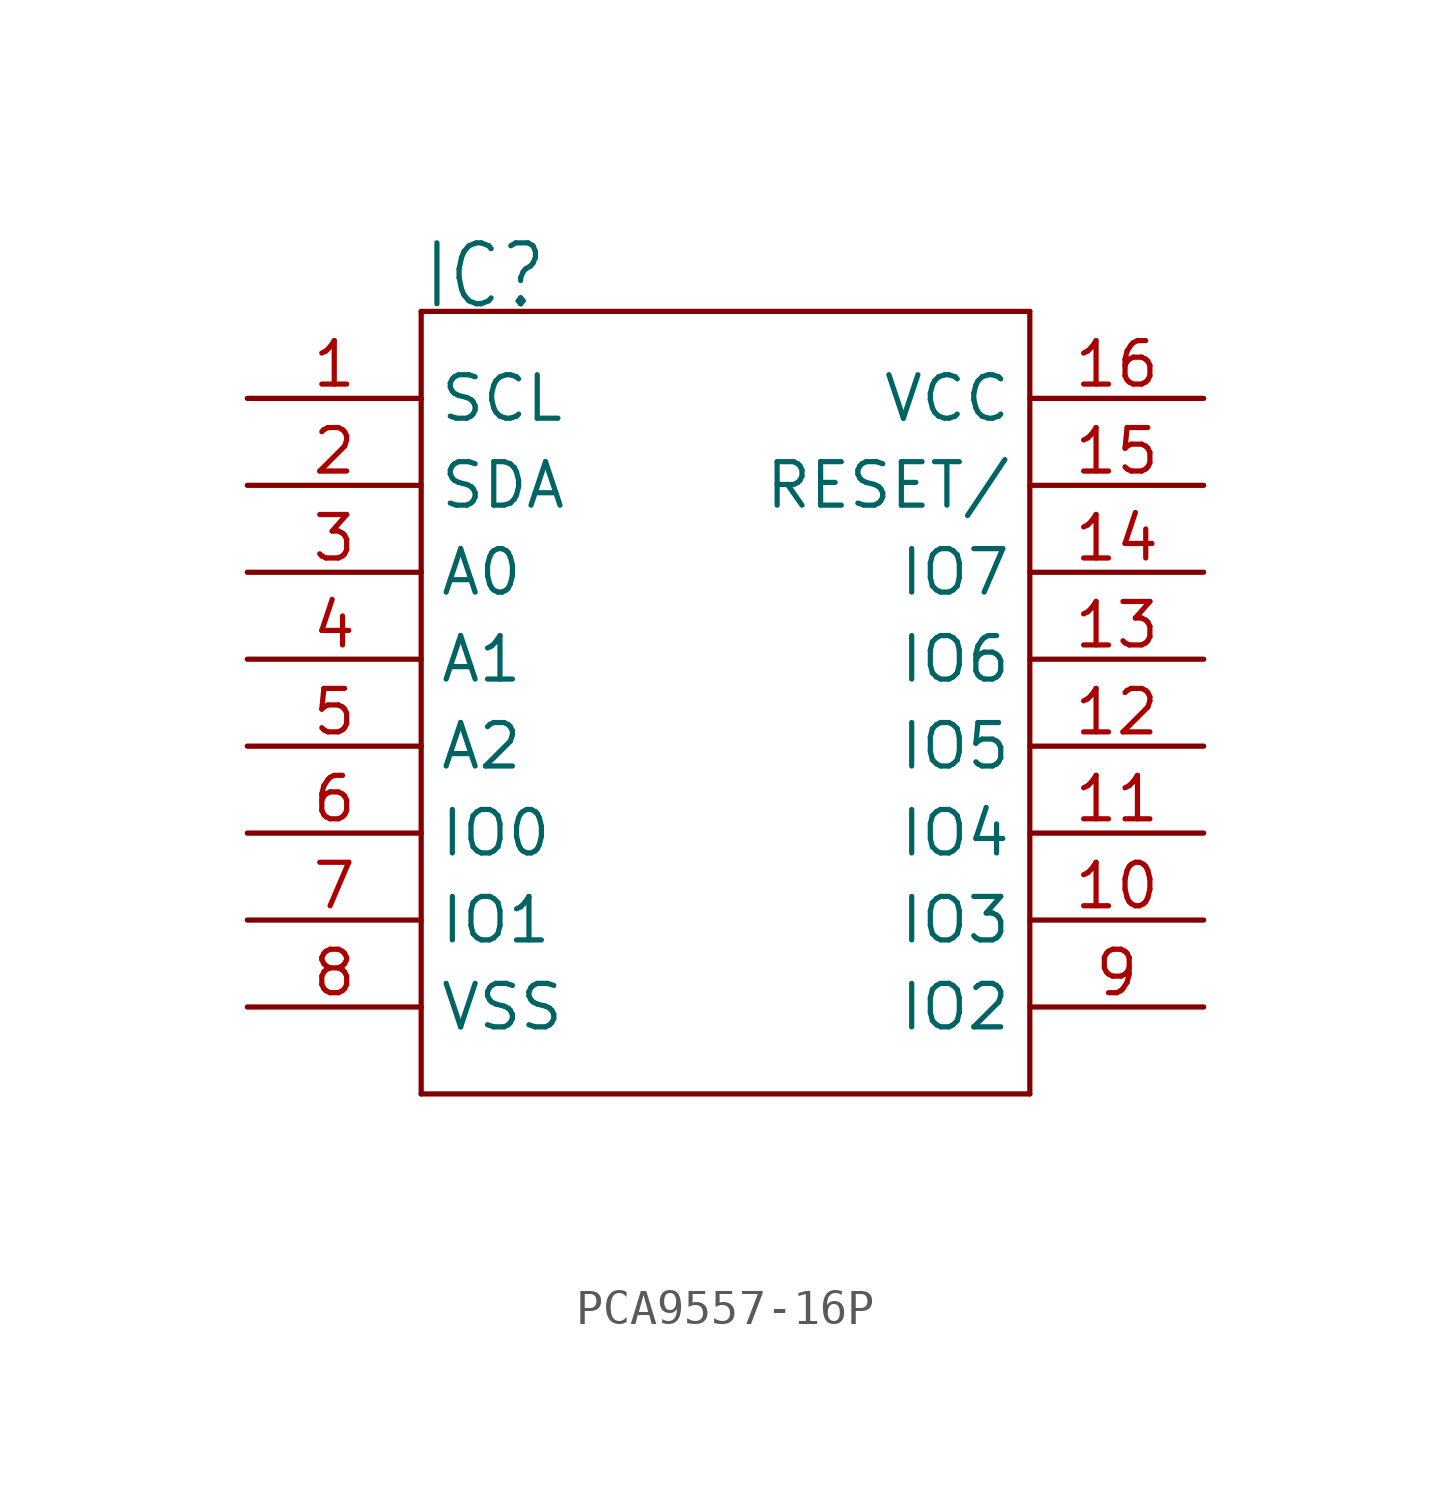
<source format=kicad_sym>
(kicad_symbol_lib
  (version 20231120)
  (generator "kicad_symbol_editor")
  (generator_version "8.0")
  (symbol "PCA9557-16P"
    (property "Reference" "IC"
      (at 0 22.86 0)
      (effects (font (size 1.778 1.511)) (justify left bottom)))
    (property "Value" ""
      (at 0 -2.54 0)
      (effects (font (size 1.778 1.511)) (justify left bottom)))
    (property "ki_locked" ""
      (at 0 0 0)
      (effects (font (size 1.27 1.27))))
    (symbol "PCA9557-16P_1_0"
      (polyline (pts (xy 0 0) (xy 0 22.86)) (stroke (width 0.152) (type solid)) (fill (type none)))
      (polyline (pts (xy 0 22.86) (xy 17.78 22.86)) (stroke (width 0.152) (type solid)) (fill (type none)))
      (polyline (pts (xy 17.78 0) (xy 0 0)) (stroke (width 0.152) (type solid)) (fill (type none)))
      (polyline (pts (xy 17.78 22.86) (xy 17.78 0)) (stroke (width 0.152) (type solid)) (fill (type none)))
      (pin bidirectional line (at -5.08 20.32 0) (length 5.08) (name "SCL" (effects (font (size 1.27 1.27)))) (number "1" (effects (font (size 1.27 1.27)))))
      (pin bidirectional line (at 22.86 5.08 180) (length 5.08) (name "IO3" (effects (font (size 1.27 1.27)))) (number "10" (effects (font (size 1.27 1.27)))))
      (pin bidirectional line (at 22.86 7.62 180) (length 5.08) (name "IO4" (effects (font (size 1.27 1.27)))) (number "11" (effects (font (size 1.27 1.27)))))
      (pin bidirectional line (at 22.86 10.16 180) (length 5.08) (name "IO5" (effects (font (size 1.27 1.27)))) (number "12" (effects (font (size 1.27 1.27)))))
      (pin bidirectional line (at 22.86 12.7 180) (length 5.08) (name "IO6" (effects (font (size 1.27 1.27)))) (number "13" (effects (font (size 1.27 1.27)))))
      (pin bidirectional line (at 22.86 15.24 180) (length 5.08) (name "IO7" (effects (font (size 1.27 1.27)))) (number "14" (effects (font (size 1.27 1.27)))))
      (pin bidirectional line (at 22.86 17.78 180) (length 5.08) (name "RESET/" (effects (font (size 1.27 1.27)))) (number "15" (effects (font (size 1.27 1.27)))))
      (pin bidirectional line (at 22.86 20.32 180) (length 5.08) (name "VCC" (effects (font (size 1.27 1.27)))) (number "16" (effects (font (size 1.27 1.27)))))
      (pin bidirectional line (at -5.08 17.78 0) (length 5.08) (name "SDA" (effects (font (size 1.27 1.27)))) (number "2" (effects (font (size 1.27 1.27)))))
      (pin bidirectional line (at -5.08 15.24 0) (length 5.08) (name "A0" (effects (font (size 1.27 1.27)))) (number "3" (effects (font (size 1.27 1.27)))))
      (pin bidirectional line (at -5.08 12.7 0) (length 5.08) (name "A1" (effects (font (size 1.27 1.27)))) (number "4" (effects (font (size 1.27 1.27)))))
      (pin bidirectional line (at -5.08 10.16 0) (length 5.08) (name "A2" (effects (font (size 1.27 1.27)))) (number "5" (effects (font (size 1.27 1.27)))))
      (pin bidirectional line (at -5.08 7.62 0) (length 5.08) (name "IO0" (effects (font (size 1.27 1.27)))) (number "6" (effects (font (size 1.27 1.27)))))
      (pin bidirectional line (at -5.08 5.08 0) (length 5.08) (name "IO1" (effects (font (size 1.27 1.27)))) (number "7" (effects (font (size 1.27 1.27)))))
      (pin bidirectional line (at -5.08 2.54 0) (length 5.08) (name "VSS" (effects (font (size 1.27 1.27)))) (number "8" (effects (font (size 1.27 1.27)))))
      (pin bidirectional line (at 22.86 2.54 180) (length 5.08) (name "IO2" (effects (font (size 1.27 1.27)))) (number "9" (effects (font (size 1.27 1.27))))))))
</source>
